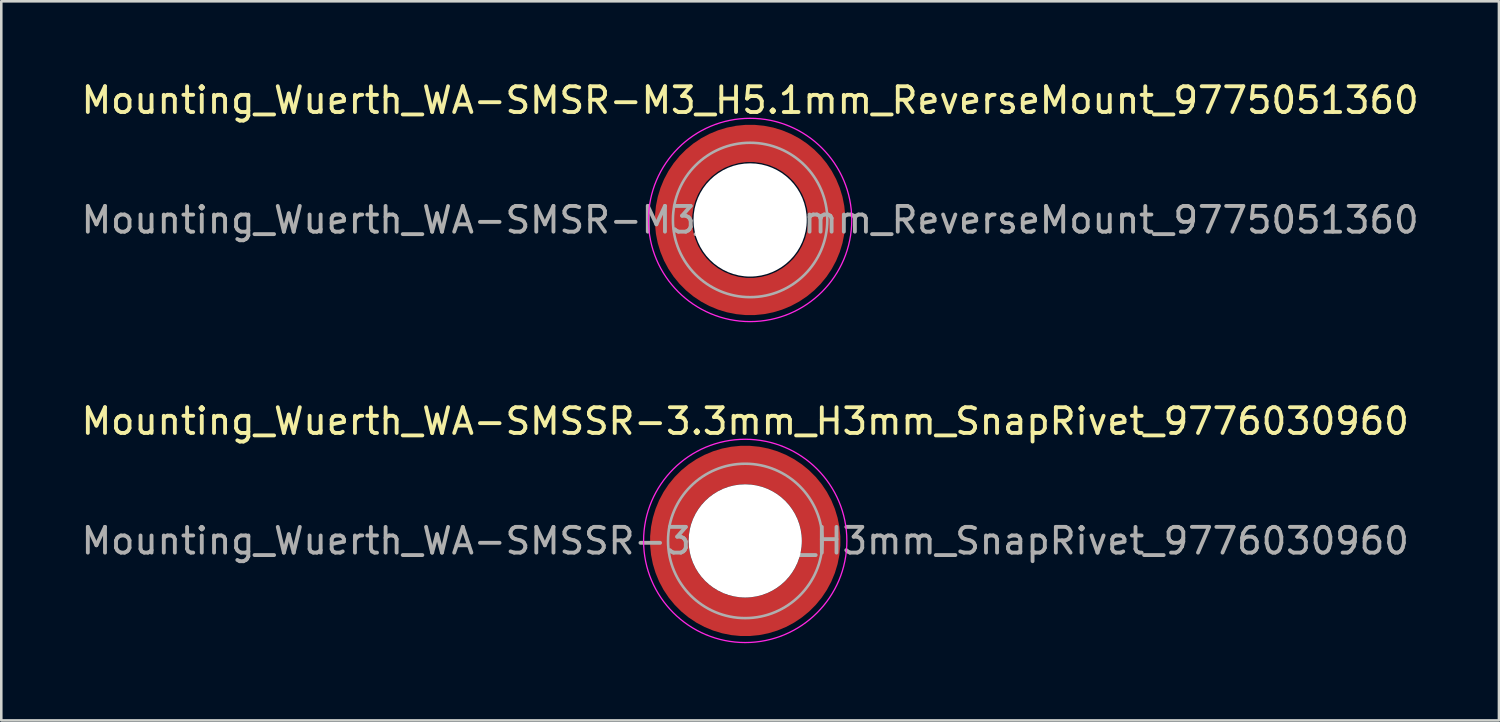
<source format=kicad_pcb>
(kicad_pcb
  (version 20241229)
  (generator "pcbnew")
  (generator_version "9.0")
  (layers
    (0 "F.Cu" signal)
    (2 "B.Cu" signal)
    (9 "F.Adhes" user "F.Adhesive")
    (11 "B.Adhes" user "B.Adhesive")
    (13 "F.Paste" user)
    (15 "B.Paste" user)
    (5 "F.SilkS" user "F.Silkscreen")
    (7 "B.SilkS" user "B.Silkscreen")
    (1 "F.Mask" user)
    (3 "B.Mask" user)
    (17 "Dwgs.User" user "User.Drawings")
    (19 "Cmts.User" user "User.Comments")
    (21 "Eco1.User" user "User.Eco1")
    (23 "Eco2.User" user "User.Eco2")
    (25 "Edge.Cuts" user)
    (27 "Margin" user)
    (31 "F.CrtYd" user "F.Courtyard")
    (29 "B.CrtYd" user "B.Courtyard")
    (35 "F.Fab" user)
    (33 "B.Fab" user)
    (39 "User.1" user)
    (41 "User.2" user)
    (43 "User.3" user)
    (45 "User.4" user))
  (footprint "Mounting_Wuerth_WA-SMSSR-3.3mm_H3mm_SnapRivet_9776030960"
    (layer "F.Cu")
    (at 25.911 17.971)
    (property "Reference" "Mounting_Wuerth_WA-SMSSR-3.3mm_H3mm_SnapRivet_9776030960" (at 0 -4.65 0) (layer "F.SilkS") (effects (font (size 1 1) (thickness 0.15))))
    (attr smd allow_soldermask_bridges)
    (fp_circle (center 0 0) (end 3.95 0) (stroke (width 0.05) (type solid)) (fill no) (layer "F.CrtYd"))
    (fp_circle (center 0 0) (end 3 0) (stroke (width 0.1) (type solid)) (fill no) (layer "F.Fab"))
    (fp_text user "${REFERENCE}" (at 0 0 0) (layer "F.Fab") (effects (font (size 1 1) (thickness 0.15))))
    (pad "" smd custom (at -2.077 -2.077) (size 0.698 0.698) (layers "F.Paste") (options (anchor circle)) (primitives (gr_arc (start -0.208831 1.577126) (mid 0.422496 0.422496) (end 1.577126 -0.208831) (width 0.2)) (gr_arc (start -0.310669 1.577126) (mid 0.35208 0.35208) (end 1.577126 -0.310669) (width 0.2)) (gr_arc (start -0.412325 1.577126) (mid 0.281664 0.281664) (end 1.577126 -0.412325) (width 0.2)) (gr_arc (start -0.51382 1.577126) (mid 0.211248 0.211248) (end 1.577126 -0.51382) (width 0.2)) (gr_arc (start -0.615172 1.577126) (mid 0.140832 0.140832) (end 1.577126 -0.615172) (width 0.2)) (gr_arc (start -0.716397 1.577126) (mid 0.070416 0.070416) (end 1.577126 -0.716397) (width 0.2)) (gr_arc (start -0.817508 1.577126) (mid 0 0) (end 1.577126 -0.817508) (width 0.2)) (gr_arc (start -0.918517 1.577126) (mid -0.070416 -0.070416) (end 1.577126 -0.918517) (width 0.2)) (gr_arc (start -1.019433 1.577126) (mid -0.140832 -0.140832) (end 1.577126 -1.019433) (width 0.2)) (gr_arc (start -1.120266 1.577126) (mid -0.211248 -0.211248) (end 1.577126 -1.120266) (width 0.2)) (gr_arc (start -1.221022 1.577126) (mid -0.281664 -0.281664) (end 1.577126 -1.221022) (width 0.2)) (gr_arc (start -1.32171 1.577126) (mid -0.35208 -0.35208) (end 1.577126 -1.32171) (width 0.2)) (gr_arc (start -1.422335 1.577126) (mid -0.422496 -0.422496) (end 1.577126 -1.422335) (width 0.2)) (gr_line (start 1.577 -0.209) (end 1.577 -1.422) (width 0.2)) (gr_line (start -0.209 1.577) (end -1.422 1.577) (width 0.2))))
    (pad "" smd custom (at -2.077 2.077) (size 0.698 0.698) (layers "F.Paste") (options (anchor circle)) (primitives (gr_arc (start 1.577126 0.208831) (mid 0.422496 -0.422496) (end -0.208831 -1.577126) (width 0.2)) (gr_arc (start 1.577126 0.310669) (mid 0.35208 -0.35208) (end -0.310669 -1.577126) (width 0.2)) (gr_arc (start 1.577126 0.412325) (mid 0.281664 -0.281664) (end -0.412325 -1.577126) (width 0.2)) (gr_arc (start 1.577126 0.51382) (mid 0.211248 -0.211248) (end -0.51382 -1.577126) (width 0.2)) (gr_arc (start 1.577126 0.615172) (mid 0.140832 -0.140832) (end -0.615172 -1.577126) (width 0.2)) (gr_arc (start 1.577126 0.716397) (mid 0.070416 -0.070416) (end -0.716397 -1.577126) (width 0.2)) (gr_arc (start 1.577126 0.817508) (mid 0 0) (end -0.817508 -1.577126) (width 0.2)) (gr_arc (start 1.577126 0.918517) (mid -0.070416 0.070416) (end -0.918517 -1.577126) (width 0.2)) (gr_arc (start 1.577126 1.019433) (mid -0.140832 0.140832) (end -1.019433 -1.577126) (width 0.2)) (gr_arc (start 1.577126 1.120266) (mid -0.211248 0.211248) (end -1.120266 -1.577126) (width 0.2)) (gr_arc (start 1.577126 1.221022) (mid -0.281664 0.281664) (end -1.221022 -1.577126) (width 0.2)) (gr_arc (start 1.577126 1.32171) (mid -0.35208 0.35208) (end -1.32171 -1.577126) (width 0.2)) (gr_arc (start 1.577126 1.422335) (mid -0.422496 0.422496) (end -1.422335 -1.577126) (width 0.2)) (gr_line (start -0.209 -1.577) (end -1.422 -1.577) (width 0.2)) (gr_line (start 1.577 0.209) (end 1.577 1.422) (width 0.2))))
    (pad "" np_thru_hole circle (at 0 0) (size 4.4 4.4) (drill 4.4) (layers "*.Cu" "*.Mask"))
    (pad "" smd custom (at 2.077 -2.077) (size 0.698 0.698) (layers "F.Paste") (options (anchor circle)) (primitives (gr_arc (start -1.577126 -0.208831) (mid -0.422496 0.422496) (end 0.208831 1.577126) (width 0.2)) (gr_arc (start -1.577126 -0.310669) (mid -0.35208 0.35208) (end 0.310669 1.577126) (width 0.2)) (gr_arc (start -1.577126 -0.412325) (mid -0.281664 0.281664) (end 0.412325 1.577126) (width 0.2)) (gr_arc (start -1.577126 -0.51382) (mid -0.211248 0.211248) (end 0.51382 1.577126) (width 0.2)) (gr_arc (start -1.577126 -0.615172) (mid -0.140832 0.140832) (end 0.615172 1.577126) (width 0.2)) (gr_arc (start -1.577126 -0.716397) (mid -0.070416 0.070416) (end 0.716397 1.577126) (width 0.2)) (gr_arc (start -1.577126 -0.817508) (mid 0 0) (end 0.817508 1.577126) (width 0.2)) (gr_arc (start -1.577126 -0.918517) (mid 0.070416 -0.070416) (end 0.918517 1.577126) (width 0.2)) (gr_arc (start -1.577126 -1.019433) (mid 0.140832 -0.140832) (end 1.019433 1.577126) (width 0.2)) (gr_arc (start -1.577126 -1.120266) (mid 0.211248 -0.211248) (end 1.120266 1.577126) (width 0.2)) (gr_arc (start -1.577126 -1.221022) (mid 0.281664 -0.281664) (end 1.221022 1.577126) (width 0.2)) (gr_arc (start -1.577126 -1.32171) (mid 0.35208 -0.35208) (end 1.32171 1.577126) (width 0.2)) (gr_arc (start -1.577126 -1.422335) (mid 0.422496 -0.422496) (end 1.422335 1.577126) (width 0.2)) (gr_line (start 0.209 1.577) (end 1.422 1.577) (width 0.2)) (gr_line (start -1.577 -0.209) (end -1.577 -1.422) (width 0.2))))
    (pad "" smd custom (at 2.077 2.077) (size 0.698 0.698) (layers "F.Paste") (options (anchor circle)) (primitives (gr_arc (start 0.208831 -1.577126) (mid -0.422496 -0.422496) (end -1.577126 0.208831) (width 0.2)) (gr_arc (start 0.310669 -1.577126) (mid -0.35208 -0.35208) (end -1.577126 0.310669) (width 0.2)) (gr_arc (start 0.412325 -1.577126) (mid -0.281664 -0.281664) (end -1.577126 0.412325) (width 0.2)) (gr_arc (start 0.51382 -1.577126) (mid -0.211248 -0.211248) (end -1.577126 0.51382) (width 0.2)) (gr_arc (start 0.615172 -1.577126) (mid -0.140832 -0.140832) (end -1.577126 0.615172) (width 0.2)) (gr_arc (start 0.716397 -1.577126) (mid -0.070416 -0.070416) (end -1.577126 0.716397) (width 0.2)) (gr_arc (start 0.817508 -1.577126) (mid 0 0) (end -1.577126 0.817508) (width 0.2)) (gr_arc (start 0.918517 -1.577126) (mid 0.070416 0.070416) (end -1.577126 0.918517) (width 0.2)) (gr_arc (start 1.019433 -1.577126) (mid 0.140832 0.140832) (end -1.577126 1.019433) (width 0.2)) (gr_arc (start 1.120266 -1.577126) (mid 0.211248 0.211248) (end -1.577126 1.120266) (width 0.2)) (gr_arc (start 1.221022 -1.577126) (mid 0.281664 0.281664) (end -1.577126 1.221022) (width 0.2)) (gr_arc (start 1.32171 -1.577126) (mid 0.35208 0.35208) (end -1.577126 1.32171) (width 0.2)) (gr_arc (start 1.422335 -1.577126) (mid 0.422496 0.422496) (end -1.577126 1.422335) (width 0.2)) (gr_line (start -1.577 0.209) (end -1.577 1.422) (width 0.2)) (gr_line (start 0.209 -1.577) (end 1.422 -1.577) (width 0.2))))
    (pad "1" smd circle (at -2.95 0) (size 0.992 0.992) (layers "F.Cu"))
    (pad "1" smd circle (at 0 -2.95) (size 0.992 0.992) (layers "F.Cu"))
    (pad "1" smd circle (at 0 2.95) (size 0.992 0.992) (layers "F.Cu"))
    (pad "1" smd custom (at 2.95 0) (size 1.5 1.5) (layers "F.Cu" "F.Mask") (options (anchor circle)) (primitives (gr_circle (center -2.95 0) (end 0 0) (width 1.5) (fill no)))))
  (footprint "Mounting_Wuerth_WA-SMSR-M3_H5.1mm_ReverseMount_9775051360"
    (layer "F.Cu")
    (at 26.101 5.498)
    (property "Reference" "Mounting_Wuerth_WA-SMSR-M3_H5.1mm_ReverseMount_9775051360" (at 0 -4.65 0) (layer "F.SilkS") (effects (font (size 1 1) (thickness 0.15))))
    (attr smd allow_soldermask_bridges)
    (fp_circle (center 0 0) (end 3.95 0) (stroke (width 0.05) (type solid)) (fill no) (layer "F.CrtYd"))
    (fp_circle (center 0 0) (end 3 0) (stroke (width 0.1) (type solid)) (fill no) (layer "F.Fab"))
    (fp_text user "${REFERENCE}" (at 0 0 0) (layer "F.Fab") (effects (font (size 1 1) (thickness 0.15))))
    (pad "" smd custom (at -2.095 -2.095) (size 0.672 0.672) (layers "F.Paste") (options (anchor circle)) (primitives (gr_arc (start -0.24231 1.594804) (mid 0.404819 0.404819) (end 1.594804 -0.24231) (width 0.2)) (gr_arc (start -0.3398 1.594804) (mid 0.337349 0.337349) (end 1.594804 -0.3398) (width 0.2)) (gr_arc (start -0.437132 1.594804) (mid 0.269879 0.269879) (end 1.594804 -0.437132) (width 0.2)) (gr_arc (start -0.534324 1.594804) (mid 0.202409 0.202409) (end 1.594804 -0.534324) (width 0.2)) (gr_arc (start -0.631391 1.594804) (mid 0.13494 0.13494) (end 1.594804 -0.631391) (width 0.2)) (gr_arc (start -0.728345 1.594804) (mid 0.06747 0.06747) (end 1.594804 -0.728345) (width 0.2)) (gr_arc (start -0.825197 1.594804) (mid 0 0) (end 1.594804 -0.825197) (width 0.2)) (gr_arc (start -0.921958 1.594804) (mid -0.06747 -0.06747) (end 1.594804 -0.921958) (width 0.2)) (gr_arc (start -1.018637 1.594804) (mid -0.13494 -0.13494) (end 1.594804 -1.018637) (width 0.2)) (gr_arc (start -1.115239 1.594804) (mid -0.202409 -0.202409) (end 1.594804 -1.115239) (width 0.2)) (gr_arc (start -1.211773 1.594804) (mid -0.269879 -0.269879) (end 1.594804 -1.211773) (width 0.2)) (gr_arc (start -1.308244 1.594804) (mid -0.337349 -0.337349) (end 1.594804 -1.308244) (width 0.2)) (gr_arc (start -1.404657 1.594804) (mid -0.404819 -0.404819) (end 1.594804 -1.404657) (width 0.2)) (gr_arc (start -1.404657 1.594804) (mid -0.404819 -0.404819) (end 1.594804 -1.404657) (width 0.2)) (gr_line (start 1.595 -0.242) (end 1.595 -1.405) (width 0.2)) (gr_line (start -0.242 1.595) (end -1.405 1.595) (width 0.2))))
    (pad "" smd custom (at -2.095 2.095) (size 0.672 0.672) (layers "F.Paste") (options (anchor circle)) (primitives (gr_arc (start 1.594804 0.24231) (mid 0.404819 -0.404819) (end -0.24231 -1.594804) (width 0.2)) (gr_arc (start 1.594804 0.3398) (mid 0.337349 -0.337349) (end -0.3398 -1.594804) (width 0.2)) (gr_arc (start 1.594804 0.437132) (mid 0.269879 -0.269879) (end -0.437132 -1.594804) (width 0.2)) (gr_arc (start 1.594804 0.534324) (mid 0.202409 -0.202409) (end -0.534324 -1.594804) (width 0.2)) (gr_arc (start 1.594804 0.631391) (mid 0.13494 -0.13494) (end -0.631391 -1.594804) (width 0.2)) (gr_arc (start 1.594804 0.728345) (mid 0.06747 -0.06747) (end -0.728345 -1.594804) (width 0.2)) (gr_arc (start 1.594804 0.825197) (mid 0 0) (end -0.825197 -1.594804) (width 0.2)) (gr_arc (start 1.594804 0.921958) (mid -0.06747 0.06747) (end -0.921958 -1.594804) (width 0.2)) (gr_arc (start 1.594804 1.018637) (mid -0.13494 0.13494) (end -1.018637 -1.594804) (width 0.2)) (gr_arc (start 1.594804 1.115239) (mid -0.202409 0.202409) (end -1.115239 -1.594804) (width 0.2)) (gr_arc (start 1.594804 1.211773) (mid -0.269879 0.269879) (end -1.211773 -1.594804) (width 0.2)) (gr_arc (start 1.594804 1.308244) (mid -0.337349 0.337349) (end -1.308244 -1.594804) (width 0.2)) (gr_arc (start 1.594804 1.404657) (mid -0.404819 0.404819) (end -1.404657 -1.594804) (width 0.2)) (gr_arc (start 1.594804 1.404657) (mid -0.404819 0.404819) (end -1.404657 -1.594804) (width 0.2)) (gr_line (start -0.242 -1.595) (end -1.405 -1.595) (width 0.2)) (gr_line (start 1.595 0.242) (end 1.595 1.405) (width 0.2))))
    (pad "" np_thru_hole circle (at 0 0) (size 4.4 4.4) (drill 4.4) (layers "*.Cu" "*.Mask"))
    (pad "" smd custom (at 2.095 -2.095) (size 0.672 0.672) (layers "F.Paste") (options (anchor circle)) (primitives (gr_arc (start -1.594804 -0.24231) (mid -0.404819 0.404819) (end 0.24231 1.594804) (width 0.2)) (gr_arc (start -1.594804 -0.3398) (mid -0.337349 0.337349) (end 0.3398 1.594804) (width 0.2)) (gr_arc (start -1.594804 -0.437132) (mid -0.269879 0.269879) (end 0.437132 1.594804) (width 0.2)) (gr_arc (start -1.594804 -0.534324) (mid -0.202409 0.202409) (end 0.534324 1.594804) (width 0.2)) (gr_arc (start -1.594804 -0.631391) (mid -0.13494 0.13494) (end 0.631391 1.594804) (width 0.2)) (gr_arc (start -1.594804 -0.728345) (mid -0.06747 0.06747) (end 0.728345 1.594804) (width 0.2)) (gr_arc (start -1.594804 -0.825197) (mid 0 0) (end 0.825197 1.594804) (width 0.2)) (gr_arc (start -1.594804 -0.921958) (mid 0.06747 -0.06747) (end 0.921958 1.594804) (width 0.2)) (gr_arc (start -1.594804 -1.018637) (mid 0.13494 -0.13494) (end 1.018637 1.594804) (width 0.2)) (gr_arc (start -1.594804 -1.115239) (mid 0.202409 -0.202409) (end 1.115239 1.594804) (width 0.2)) (gr_arc (start -1.594804 -1.211773) (mid 0.269879 -0.269879) (end 1.211773 1.594804) (width 0.2)) (gr_arc (start -1.594804 -1.308244) (mid 0.337349 -0.337349) (end 1.308244 1.594804) (width 0.2)) (gr_arc (start -1.594804 -1.404657) (mid 0.404819 -0.404819) (end 1.404657 1.594804) (width 0.2)) (gr_arc (start -1.594804 -1.404657) (mid 0.404819 -0.404819) (end 1.404657 1.594804) (width 0.2)) (gr_line (start 0.242 1.595) (end 1.405 1.595) (width 0.2)) (gr_line (start -1.595 -0.242) (end -1.595 -1.405) (width 0.2))))
    (pad "" smd custom (at 2.095 2.095) (size 0.672 0.672) (layers "F.Paste") (options (anchor circle)) (primitives (gr_arc (start 0.24231 -1.594804) (mid -0.404819 -0.404819) (end -1.594804 0.24231) (width 0.2)) (gr_arc (start 0.3398 -1.594804) (mid -0.337349 -0.337349) (end -1.594804 0.3398) (width 0.2)) (gr_arc (start 0.437132 -1.594804) (mid -0.269879 -0.269879) (end -1.594804 0.437132) (width 0.2)) (gr_arc (start 0.534324 -1.594804) (mid -0.202409 -0.202409) (end -1.594804 0.534324) (width 0.2)) (gr_arc (start 0.631391 -1.594804) (mid -0.13494 -0.13494) (end -1.594804 0.631391) (width 0.2)) (gr_arc (start 0.728345 -1.594804) (mid -0.06747 -0.06747) (end -1.594804 0.728345) (width 0.2)) (gr_arc (start 0.825197 -1.594804) (mid 0 0) (end -1.594804 0.825197) (width 0.2)) (gr_arc (start 0.921958 -1.594804) (mid 0.06747 0.06747) (end -1.594804 0.921958) (width 0.2)) (gr_arc (start 1.018637 -1.594804) (mid 0.13494 0.13494) (end -1.594804 1.018637) (width 0.2)) (gr_arc (start 1.115239 -1.594804) (mid 0.202409 0.202409) (end -1.594804 1.115239) (width 0.2)) (gr_arc (start 1.211773 -1.594804) (mid 0.269879 0.269879) (end -1.594804 1.211773) (width 0.2)) (gr_arc (start 1.308244 -1.594804) (mid 0.337349 0.337349) (end -1.594804 1.308244) (width 0.2)) (gr_arc (start 1.404657 -1.594804) (mid 0.404819 0.404819) (end -1.594804 1.404657) (width 0.2)) (gr_arc (start 1.404657 -1.594804) (mid 0.404819 0.404819) (end -1.594804 1.404657) (width 0.2)) (gr_line (start -1.595 0.242) (end -1.595 1.405) (width 0.2)) (gr_line (start 0.242 -1.595) (end 1.405 -1.595) (width 0.2))))
    (pad "1" smd circle (at -2.975 0) (size 0.942 0.942) (layers "F.Cu"))
    (pad "1" smd circle (at 0 -2.975) (size 0.942 0.942) (layers "F.Cu"))
    (pad "1" smd circle (at 0 2.975) (size 0.942 0.942) (layers "F.Cu"))
    (pad "1" smd custom (at 2.975 0) (size 1.45 1.45) (layers "F.Cu" "F.Mask") (options (anchor circle)) (primitives (gr_circle (center -2.975 0) (end 0 0) (width 1.45) (fill no)))))
  (gr_rect
    (start -3 -3)
    (end 55.202 24.947)
    (stroke (width 0.1) (type default))
    (fill no)
    (layer "Edge.Cuts")))
</source>
